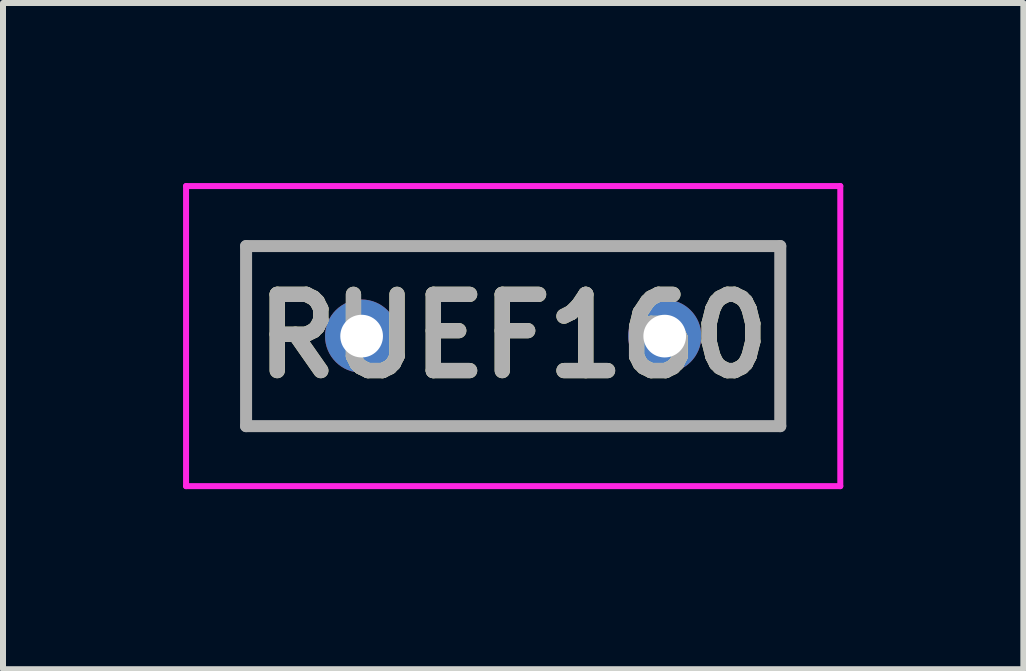
<source format=kicad_pcb>
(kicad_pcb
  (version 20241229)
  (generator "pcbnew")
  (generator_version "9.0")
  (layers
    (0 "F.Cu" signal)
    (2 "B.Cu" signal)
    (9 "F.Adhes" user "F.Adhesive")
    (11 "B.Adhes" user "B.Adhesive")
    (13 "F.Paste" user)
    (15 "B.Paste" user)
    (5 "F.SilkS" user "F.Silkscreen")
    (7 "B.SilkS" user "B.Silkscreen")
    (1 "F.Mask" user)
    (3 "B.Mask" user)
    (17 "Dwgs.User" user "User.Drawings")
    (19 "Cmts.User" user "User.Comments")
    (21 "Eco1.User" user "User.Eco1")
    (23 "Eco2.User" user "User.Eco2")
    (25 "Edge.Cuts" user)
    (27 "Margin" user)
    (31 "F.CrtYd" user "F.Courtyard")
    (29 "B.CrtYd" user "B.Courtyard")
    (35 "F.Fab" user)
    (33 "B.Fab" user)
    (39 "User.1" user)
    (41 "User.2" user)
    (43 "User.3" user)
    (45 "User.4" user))
  (footprint "RUEF160"
    (layer "F.Cu")
    (at 2.975 2.55)
    (property "Reference" "RUEF160" (at 2.525 0 0) (layer "F.SilkS") (effects (font (size 1.27 1.27) (thickness 0.254))))
    (attr through_hole)
    (fp_line (start -1.925 -1.5) (end 6.975 -1.5) (stroke (width 0.1) (type solid)) (layer "F.SilkS"))
    (fp_line (start -1.925 1.5) (end -1.925 -1.5) (stroke (width 0.1) (type solid)) (layer "F.SilkS"))
    (fp_line (start 6.975 -1.5) (end 6.975 1.5) (stroke (width 0.1) (type solid)) (layer "F.SilkS"))
    (fp_line (start 6.975 1.5) (end -1.925 1.5) (stroke (width 0.1) (type solid)) (layer "F.SilkS"))
    (fp_line (start -2.925 -2.5) (end 7.975 -2.5) (stroke (width 0.1) (type solid)) (layer "F.CrtYd"))
    (fp_line (start -2.925 2.5) (end -2.925 -2.5) (stroke (width 0.1) (type solid)) (layer "F.CrtYd"))
    (fp_line (start 7.975 -2.5) (end 7.975 2.5) (stroke (width 0.1) (type solid)) (layer "F.CrtYd"))
    (fp_line (start 7.975 2.5) (end -2.925 2.5) (stroke (width 0.1) (type solid)) (layer "F.CrtYd"))
    (fp_line (start -1.925 -1.5) (end 6.975 -1.5) (stroke (width 0.2) (type solid)) (layer "F.Fab"))
    (fp_line (start -1.925 1.5) (end -1.925 -1.5) (stroke (width 0.2) (type solid)) (layer "F.Fab"))
    (fp_line (start 6.975 -1.5) (end 6.975 1.5) (stroke (width 0.2) (type solid)) (layer "F.Fab"))
    (fp_line (start 6.975 1.5) (end -1.925 1.5) (stroke (width 0.2) (type solid)) (layer "F.Fab"))
    (fp_text user "${REFERENCE}" (at 2.525 0 0) (layer "F.Fab") (effects (font (size 1.27 1.27) (thickness 0.254))))
    (pad "1" thru_hole circle (at 0 0) (size 1.219 1.219) (drill 0.711) (layers "*.Cu" "*.Mask"))
    (pad "2" thru_hole circle (at 5.05 0) (size 1.219 1.219) (drill 0.711) (layers "*.Cu" "*.Mask")))
  (gr_rect
    (start -3 -3)
    (end 14 8.1)
    (stroke (width 0.1) (type default))
    (fill no)
    (layer "Edge.Cuts")))
</source>
